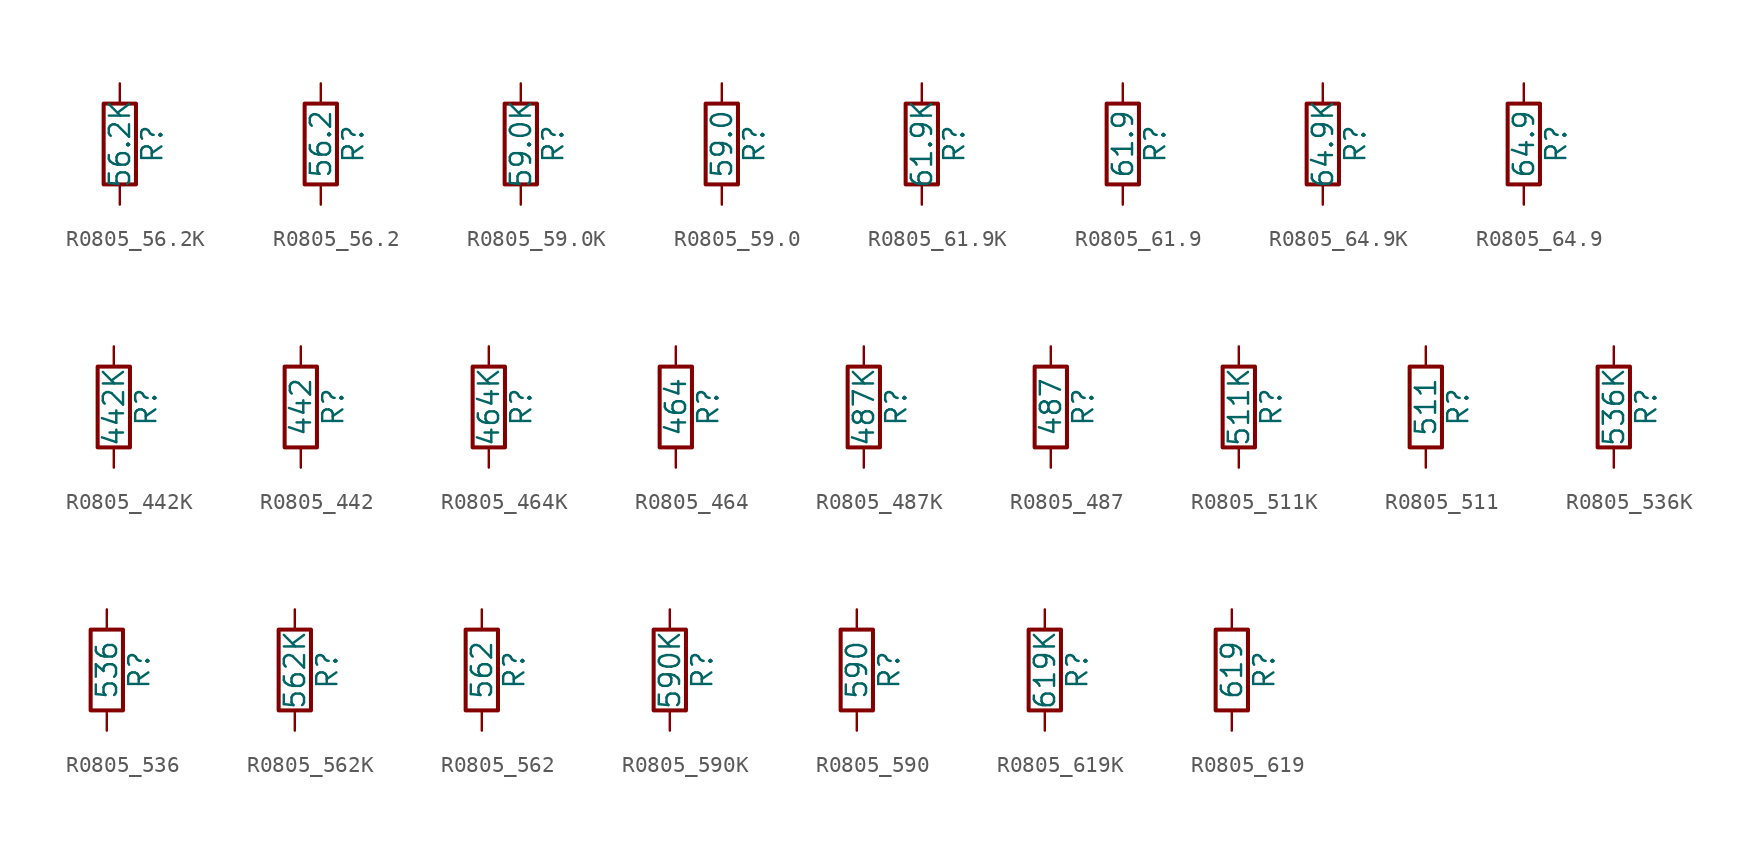
<source format=kicad_sym>
(kicad_symbol_lib
  (version 20211014)
  (generator atlantix-eda)
  (symbol "R0805_56.2K"
    (pin_numbers hide)
    (pin_names
      (offset 0))
    (property "Reference" "R"
      (at 2.032 0 90)
      (effects (font (size 1.27 1.27))))
    (property "Value" "56.2K"
      (at 0 0 90)
      (effects (font (size 1.27 1.27))))
    (symbol "R0805_56.2K_0_1"
      (rectangle (start -1.016 -2.54) (end 1.016 2.54) (stroke (width 0.254) (type default) (color 0 0 0 0)) (fill (type none))))
    (symbol "R0805_56.2K_1_1"
      (pin passive line (at 0 3.81 270) (length 1.27) (name "~" (effects (font (size 1.27 1.27)))) (number "1" (effects (font (size 1.27 1.27)))))
      (pin passive line (at 0 -3.81 90) (length 1.27) (name "~" (effects (font (size 1.27 1.27)))) (number "2" (effects (font (size 1.27 1.27)))))))
  (symbol "R0805_56.2"
    (pin_numbers hide)
    (pin_names
      (offset 0))
    (property "Reference" "R"
      (at 2.032 0 90)
      (effects (font (size 1.27 1.27))))
    (property "Value" "56.2"
      (at 0 0 90)
      (effects (font (size 1.27 1.27))))
    (symbol "R0805_56.2_0_1"
      (rectangle (start -1.016 -2.54) (end 1.016 2.54) (stroke (width 0.254) (type default) (color 0 0 0 0)) (fill (type none))))
    (symbol "R0805_56.2_1_1"
      (pin passive line (at 0 3.81 270) (length 1.27) (name "~" (effects (font (size 1.27 1.27)))) (number "1" (effects (font (size 1.27 1.27)))))
      (pin passive line (at 0 -3.81 90) (length 1.27) (name "~" (effects (font (size 1.27 1.27)))) (number "2" (effects (font (size 1.27 1.27)))))))
  (symbol "R0805_59.0K"
    (pin_numbers hide)
    (pin_names
      (offset 0))
    (property "Reference" "R"
      (at 2.032 0 90)
      (effects (font (size 1.27 1.27))))
    (property "Value" "59.0K"
      (at 0 0 90)
      (effects (font (size 1.27 1.27))))
    (symbol "R0805_59.0K_0_1"
      (rectangle (start -1.016 -2.54) (end 1.016 2.54) (stroke (width 0.254) (type default) (color 0 0 0 0)) (fill (type none))))
    (symbol "R0805_59.0K_1_1"
      (pin passive line (at 0 3.81 270) (length 1.27) (name "~" (effects (font (size 1.27 1.27)))) (number "1" (effects (font (size 1.27 1.27)))))
      (pin passive line (at 0 -3.81 90) (length 1.27) (name "~" (effects (font (size 1.27 1.27)))) (number "2" (effects (font (size 1.27 1.27)))))))
  (symbol "R0805_59.0"
    (pin_numbers hide)
    (pin_names
      (offset 0))
    (property "Reference" "R"
      (at 2.032 0 90)
      (effects (font (size 1.27 1.27))))
    (property "Value" "59.0"
      (at 0 0 90)
      (effects (font (size 1.27 1.27))))
    (symbol "R0805_59.0_0_1"
      (rectangle (start -1.016 -2.54) (end 1.016 2.54) (stroke (width 0.254) (type default) (color 0 0 0 0)) (fill (type none))))
    (symbol "R0805_59.0_1_1"
      (pin passive line (at 0 3.81 270) (length 1.27) (name "~" (effects (font (size 1.27 1.27)))) (number "1" (effects (font (size 1.27 1.27)))))
      (pin passive line (at 0 -3.81 90) (length 1.27) (name "~" (effects (font (size 1.27 1.27)))) (number "2" (effects (font (size 1.27 1.27)))))))
  (symbol "R0805_61.9K"
    (pin_numbers hide)
    (pin_names
      (offset 0))
    (property "Reference" "R"
      (at 2.032 0 90)
      (effects (font (size 1.27 1.27))))
    (property "Value" "61.9K"
      (at 0 0 90)
      (effects (font (size 1.27 1.27))))
    (symbol "R0805_61.9K_0_1"
      (rectangle (start -1.016 -2.54) (end 1.016 2.54) (stroke (width 0.254) (type default) (color 0 0 0 0)) (fill (type none))))
    (symbol "R0805_61.9K_1_1"
      (pin passive line (at 0 3.81 270) (length 1.27) (name "~" (effects (font (size 1.27 1.27)))) (number "1" (effects (font (size 1.27 1.27)))))
      (pin passive line (at 0 -3.81 90) (length 1.27) (name "~" (effects (font (size 1.27 1.27)))) (number "2" (effects (font (size 1.27 1.27)))))))
  (symbol "R0805_61.9"
    (pin_numbers hide)
    (pin_names
      (offset 0))
    (property "Reference" "R"
      (at 2.032 0 90)
      (effects (font (size 1.27 1.27))))
    (property "Value" "61.9"
      (at 0 0 90)
      (effects (font (size 1.27 1.27))))
    (symbol "R0805_61.9_0_1"
      (rectangle (start -1.016 -2.54) (end 1.016 2.54) (stroke (width 0.254) (type default) (color 0 0 0 0)) (fill (type none))))
    (symbol "R0805_61.9_1_1"
      (pin passive line (at 0 3.81 270) (length 1.27) (name "~" (effects (font (size 1.27 1.27)))) (number "1" (effects (font (size 1.27 1.27)))))
      (pin passive line (at 0 -3.81 90) (length 1.27) (name "~" (effects (font (size 1.27 1.27)))) (number "2" (effects (font (size 1.27 1.27)))))))
  (symbol "R0805_64.9K"
    (pin_numbers hide)
    (pin_names
      (offset 0))
    (property "Reference" "R"
      (at 2.032 0 90)
      (effects (font (size 1.27 1.27))))
    (property "Value" "64.9K"
      (at 0 0 90)
      (effects (font (size 1.27 1.27))))
    (symbol "R0805_64.9K_0_1"
      (rectangle (start -1.016 -2.54) (end 1.016 2.54) (stroke (width 0.254) (type default) (color 0 0 0 0)) (fill (type none))))
    (symbol "R0805_64.9K_1_1"
      (pin passive line (at 0 3.81 270) (length 1.27) (name "~" (effects (font (size 1.27 1.27)))) (number "1" (effects (font (size 1.27 1.27)))))
      (pin passive line (at 0 -3.81 90) (length 1.27) (name "~" (effects (font (size 1.27 1.27)))) (number "2" (effects (font (size 1.27 1.27)))))))
  (symbol "R0805_64.9"
    (pin_numbers hide)
    (pin_names
      (offset 0))
    (property "Reference" "R"
      (at 2.032 0 90)
      (effects (font (size 1.27 1.27))))
    (property "Value" "64.9"
      (at 0 0 90)
      (effects (font (size 1.27 1.27))))
    (symbol "R0805_64.9_0_1"
      (rectangle (start -1.016 -2.54) (end 1.016 2.54) (stroke (width 0.254) (type default) (color 0 0 0 0)) (fill (type none))))
    (symbol "R0805_64.9_1_1"
      (pin passive line (at 0 3.81 270) (length 1.27) (name "~" (effects (font (size 1.27 1.27)))) (number "1" (effects (font (size 1.27 1.27)))))
      (pin passive line (at 0 -3.81 90) (length 1.27) (name "~" (effects (font (size 1.27 1.27)))) (number "2" (effects (font (size 1.27 1.27)))))))
  (symbol "R0805_442K"
    (pin_numbers hide)
    (pin_names
      (offset 0))
    (property "Reference" "R"
      (at 2.032 0 90)
      (effects (font (size 1.27 1.27))))
    (property "Value" "442K"
      (at 0 0 90)
      (effects (font (size 1.27 1.27))))
    (symbol "R0805_442K_0_1"
      (rectangle (start -1.016 -2.54) (end 1.016 2.54) (stroke (width 0.254) (type default) (color 0 0 0 0)) (fill (type none))))
    (symbol "R0805_442K_1_1"
      (pin passive line (at 0 3.81 270) (length 1.27) (name "~" (effects (font (size 1.27 1.27)))) (number "1" (effects (font (size 1.27 1.27)))))
      (pin passive line (at 0 -3.81 90) (length 1.27) (name "~" (effects (font (size 1.27 1.27)))) (number "2" (effects (font (size 1.27 1.27)))))))
  (symbol "R0805_442"
    (pin_numbers hide)
    (pin_names
      (offset 0))
    (property "Reference" "R"
      (at 2.032 0 90)
      (effects (font (size 1.27 1.27))))
    (property "Value" "442"
      (at 0 0 90)
      (effects (font (size 1.27 1.27))))
    (symbol "R0805_442_0_1"
      (rectangle (start -1.016 -2.54) (end 1.016 2.54) (stroke (width 0.254) (type default) (color 0 0 0 0)) (fill (type none))))
    (symbol "R0805_442_1_1"
      (pin passive line (at 0 3.81 270) (length 1.27) (name "~" (effects (font (size 1.27 1.27)))) (number "1" (effects (font (size 1.27 1.27)))))
      (pin passive line (at 0 -3.81 90) (length 1.27) (name "~" (effects (font (size 1.27 1.27)))) (number "2" (effects (font (size 1.27 1.27)))))))
  (symbol "R0805_464K"
    (pin_numbers hide)
    (pin_names
      (offset 0))
    (property "Reference" "R"
      (at 2.032 0 90)
      (effects (font (size 1.27 1.27))))
    (property "Value" "464K"
      (at 0 0 90)
      (effects (font (size 1.27 1.27))))
    (symbol "R0805_464K_0_1"
      (rectangle (start -1.016 -2.54) (end 1.016 2.54) (stroke (width 0.254) (type default) (color 0 0 0 0)) (fill (type none))))
    (symbol "R0805_464K_1_1"
      (pin passive line (at 0 3.81 270) (length 1.27) (name "~" (effects (font (size 1.27 1.27)))) (number "1" (effects (font (size 1.27 1.27)))))
      (pin passive line (at 0 -3.81 90) (length 1.27) (name "~" (effects (font (size 1.27 1.27)))) (number "2" (effects (font (size 1.27 1.27)))))))
  (symbol "R0805_464"
    (pin_numbers hide)
    (pin_names
      (offset 0))
    (property "Reference" "R"
      (at 2.032 0 90)
      (effects (font (size 1.27 1.27))))
    (property "Value" "464"
      (at 0 0 90)
      (effects (font (size 1.27 1.27))))
    (symbol "R0805_464_0_1"
      (rectangle (start -1.016 -2.54) (end 1.016 2.54) (stroke (width 0.254) (type default) (color 0 0 0 0)) (fill (type none))))
    (symbol "R0805_464_1_1"
      (pin passive line (at 0 3.81 270) (length 1.27) (name "~" (effects (font (size 1.27 1.27)))) (number "1" (effects (font (size 1.27 1.27)))))
      (pin passive line (at 0 -3.81 90) (length 1.27) (name "~" (effects (font (size 1.27 1.27)))) (number "2" (effects (font (size 1.27 1.27)))))))
  (symbol "R0805_487K"
    (pin_numbers hide)
    (pin_names
      (offset 0))
    (property "Reference" "R"
      (at 2.032 0 90)
      (effects (font (size 1.27 1.27))))
    (property "Value" "487K"
      (at 0 0 90)
      (effects (font (size 1.27 1.27))))
    (symbol "R0805_487K_0_1"
      (rectangle (start -1.016 -2.54) (end 1.016 2.54) (stroke (width 0.254) (type default) (color 0 0 0 0)) (fill (type none))))
    (symbol "R0805_487K_1_1"
      (pin passive line (at 0 3.81 270) (length 1.27) (name "~" (effects (font (size 1.27 1.27)))) (number "1" (effects (font (size 1.27 1.27)))))
      (pin passive line (at 0 -3.81 90) (length 1.27) (name "~" (effects (font (size 1.27 1.27)))) (number "2" (effects (font (size 1.27 1.27)))))))
  (symbol "R0805_487"
    (pin_numbers hide)
    (pin_names
      (offset 0))
    (property "Reference" "R"
      (at 2.032 0 90)
      (effects (font (size 1.27 1.27))))
    (property "Value" "487"
      (at 0 0 90)
      (effects (font (size 1.27 1.27))))
    (symbol "R0805_487_0_1"
      (rectangle (start -1.016 -2.54) (end 1.016 2.54) (stroke (width 0.254) (type default) (color 0 0 0 0)) (fill (type none))))
    (symbol "R0805_487_1_1"
      (pin passive line (at 0 3.81 270) (length 1.27) (name "~" (effects (font (size 1.27 1.27)))) (number "1" (effects (font (size 1.27 1.27)))))
      (pin passive line (at 0 -3.81 90) (length 1.27) (name "~" (effects (font (size 1.27 1.27)))) (number "2" (effects (font (size 1.27 1.27)))))))
  (symbol "R0805_511K"
    (pin_numbers hide)
    (pin_names
      (offset 0))
    (property "Reference" "R"
      (at 2.032 0 90)
      (effects (font (size 1.27 1.27))))
    (property "Value" "511K"
      (at 0 0 90)
      (effects (font (size 1.27 1.27))))
    (symbol "R0805_511K_0_1"
      (rectangle (start -1.016 -2.54) (end 1.016 2.54) (stroke (width 0.254) (type default) (color 0 0 0 0)) (fill (type none))))
    (symbol "R0805_511K_1_1"
      (pin passive line (at 0 3.81 270) (length 1.27) (name "~" (effects (font (size 1.27 1.27)))) (number "1" (effects (font (size 1.27 1.27)))))
      (pin passive line (at 0 -3.81 90) (length 1.27) (name "~" (effects (font (size 1.27 1.27)))) (number "2" (effects (font (size 1.27 1.27)))))))
  (symbol "R0805_511"
    (pin_numbers hide)
    (pin_names
      (offset 0))
    (property "Reference" "R"
      (at 2.032 0 90)
      (effects (font (size 1.27 1.27))))
    (property "Value" "511"
      (at 0 0 90)
      (effects (font (size 1.27 1.27))))
    (symbol "R0805_511_0_1"
      (rectangle (start -1.016 -2.54) (end 1.016 2.54) (stroke (width 0.254) (type default) (color 0 0 0 0)) (fill (type none))))
    (symbol "R0805_511_1_1"
      (pin passive line (at 0 3.81 270) (length 1.27) (name "~" (effects (font (size 1.27 1.27)))) (number "1" (effects (font (size 1.27 1.27)))))
      (pin passive line (at 0 -3.81 90) (length 1.27) (name "~" (effects (font (size 1.27 1.27)))) (number "2" (effects (font (size 1.27 1.27)))))))
  (symbol "R0805_536K"
    (pin_numbers hide)
    (pin_names
      (offset 0))
    (property "Reference" "R"
      (at 2.032 0 90)
      (effects (font (size 1.27 1.27))))
    (property "Value" "536K"
      (at 0 0 90)
      (effects (font (size 1.27 1.27))))
    (symbol "R0805_536K_0_1"
      (rectangle (start -1.016 -2.54) (end 1.016 2.54) (stroke (width 0.254) (type default) (color 0 0 0 0)) (fill (type none))))
    (symbol "R0805_536K_1_1"
      (pin passive line (at 0 3.81 270) (length 1.27) (name "~" (effects (font (size 1.27 1.27)))) (number "1" (effects (font (size 1.27 1.27)))))
      (pin passive line (at 0 -3.81 90) (length 1.27) (name "~" (effects (font (size 1.27 1.27)))) (number "2" (effects (font (size 1.27 1.27)))))))
  (symbol "R0805_536"
    (pin_numbers hide)
    (pin_names
      (offset 0))
    (property "Reference" "R"
      (at 2.032 0 90)
      (effects (font (size 1.27 1.27))))
    (property "Value" "536"
      (at 0 0 90)
      (effects (font (size 1.27 1.27))))
    (symbol "R0805_536_0_1"
      (rectangle (start -1.016 -2.54) (end 1.016 2.54) (stroke (width 0.254) (type default) (color 0 0 0 0)) (fill (type none))))
    (symbol "R0805_536_1_1"
      (pin passive line (at 0 3.81 270) (length 1.27) (name "~" (effects (font (size 1.27 1.27)))) (number "1" (effects (font (size 1.27 1.27)))))
      (pin passive line (at 0 -3.81 90) (length 1.27) (name "~" (effects (font (size 1.27 1.27)))) (number "2" (effects (font (size 1.27 1.27)))))))
  (symbol "R0805_562K"
    (pin_numbers hide)
    (pin_names
      (offset 0))
    (property "Reference" "R"
      (at 2.032 0 90)
      (effects (font (size 1.27 1.27))))
    (property "Value" "562K"
      (at 0 0 90)
      (effects (font (size 1.27 1.27))))
    (symbol "R0805_562K_0_1"
      (rectangle (start -1.016 -2.54) (end 1.016 2.54) (stroke (width 0.254) (type default) (color 0 0 0 0)) (fill (type none))))
    (symbol "R0805_562K_1_1"
      (pin passive line (at 0 3.81 270) (length 1.27) (name "~" (effects (font (size 1.27 1.27)))) (number "1" (effects (font (size 1.27 1.27)))))
      (pin passive line (at 0 -3.81 90) (length 1.27) (name "~" (effects (font (size 1.27 1.27)))) (number "2" (effects (font (size 1.27 1.27)))))))
  (symbol "R0805_562"
    (pin_numbers hide)
    (pin_names
      (offset 0))
    (property "Reference" "R"
      (at 2.032 0 90)
      (effects (font (size 1.27 1.27))))
    (property "Value" "562"
      (at 0 0 90)
      (effects (font (size 1.27 1.27))))
    (symbol "R0805_562_0_1"
      (rectangle (start -1.016 -2.54) (end 1.016 2.54) (stroke (width 0.254) (type default) (color 0 0 0 0)) (fill (type none))))
    (symbol "R0805_562_1_1"
      (pin passive line (at 0 3.81 270) (length 1.27) (name "~" (effects (font (size 1.27 1.27)))) (number "1" (effects (font (size 1.27 1.27)))))
      (pin passive line (at 0 -3.81 90) (length 1.27) (name "~" (effects (font (size 1.27 1.27)))) (number "2" (effects (font (size 1.27 1.27)))))))
  (symbol "R0805_590K"
    (pin_numbers hide)
    (pin_names
      (offset 0))
    (property "Reference" "R"
      (at 2.032 0 90)
      (effects (font (size 1.27 1.27))))
    (property "Value" "590K"
      (at 0 0 90)
      (effects (font (size 1.27 1.27))))
    (symbol "R0805_590K_0_1"
      (rectangle (start -1.016 -2.54) (end 1.016 2.54) (stroke (width 0.254) (type default) (color 0 0 0 0)) (fill (type none))))
    (symbol "R0805_590K_1_1"
      (pin passive line (at 0 3.81 270) (length 1.27) (name "~" (effects (font (size 1.27 1.27)))) (number "1" (effects (font (size 1.27 1.27)))))
      (pin passive line (at 0 -3.81 90) (length 1.27) (name "~" (effects (font (size 1.27 1.27)))) (number "2" (effects (font (size 1.27 1.27)))))))
  (symbol "R0805_590"
    (pin_numbers hide)
    (pin_names
      (offset 0))
    (property "Reference" "R"
      (at 2.032 0 90)
      (effects (font (size 1.27 1.27))))
    (property "Value" "590"
      (at 0 0 90)
      (effects (font (size 1.27 1.27))))
    (symbol "R0805_590_0_1"
      (rectangle (start -1.016 -2.54) (end 1.016 2.54) (stroke (width 0.254) (type default) (color 0 0 0 0)) (fill (type none))))
    (symbol "R0805_590_1_1"
      (pin passive line (at 0 3.81 270) (length 1.27) (name "~" (effects (font (size 1.27 1.27)))) (number "1" (effects (font (size 1.27 1.27)))))
      (pin passive line (at 0 -3.81 90) (length 1.27) (name "~" (effects (font (size 1.27 1.27)))) (number "2" (effects (font (size 1.27 1.27)))))))
  (symbol "R0805_619K"
    (pin_numbers hide)
    (pin_names
      (offset 0))
    (property "Reference" "R"
      (at 2.032 0 90)
      (effects (font (size 1.27 1.27))))
    (property "Value" "619K"
      (at 0 0 90)
      (effects (font (size 1.27 1.27))))
    (symbol "R0805_619K_0_1"
      (rectangle (start -1.016 -2.54) (end 1.016 2.54) (stroke (width 0.254) (type default) (color 0 0 0 0)) (fill (type none))))
    (symbol "R0805_619K_1_1"
      (pin passive line (at 0 3.81 270) (length 1.27) (name "~" (effects (font (size 1.27 1.27)))) (number "1" (effects (font (size 1.27 1.27)))))
      (pin passive line (at 0 -3.81 90) (length 1.27) (name "~" (effects (font (size 1.27 1.27)))) (number "2" (effects (font (size 1.27 1.27)))))))
  (symbol "R0805_619"
    (pin_numbers hide)
    (pin_names
      (offset 0))
    (property "Reference" "R"
      (at 2.032 0 90)
      (effects (font (size 1.27 1.27))))
    (property "Value" "619"
      (at 0 0 90)
      (effects (font (size 1.27 1.27))))
    (symbol "R0805_619_0_1"
      (rectangle (start -1.016 -2.54) (end 1.016 2.54) (stroke (width 0.254) (type default) (color 0 0 0 0)) (fill (type none))))
    (symbol "R0805_619_1_1"
      (pin passive line (at 0 3.81 270) (length 1.27) (name "~" (effects (font (size 1.27 1.27)))) (number "1" (effects (font (size 1.27 1.27)))))
      (pin passive line (at 0 -3.81 90) (length 1.27) (name "~" (effects (font (size 1.27 1.27)))) (number "2" (effects (font (size 1.27 1.27))))))))
</source>
